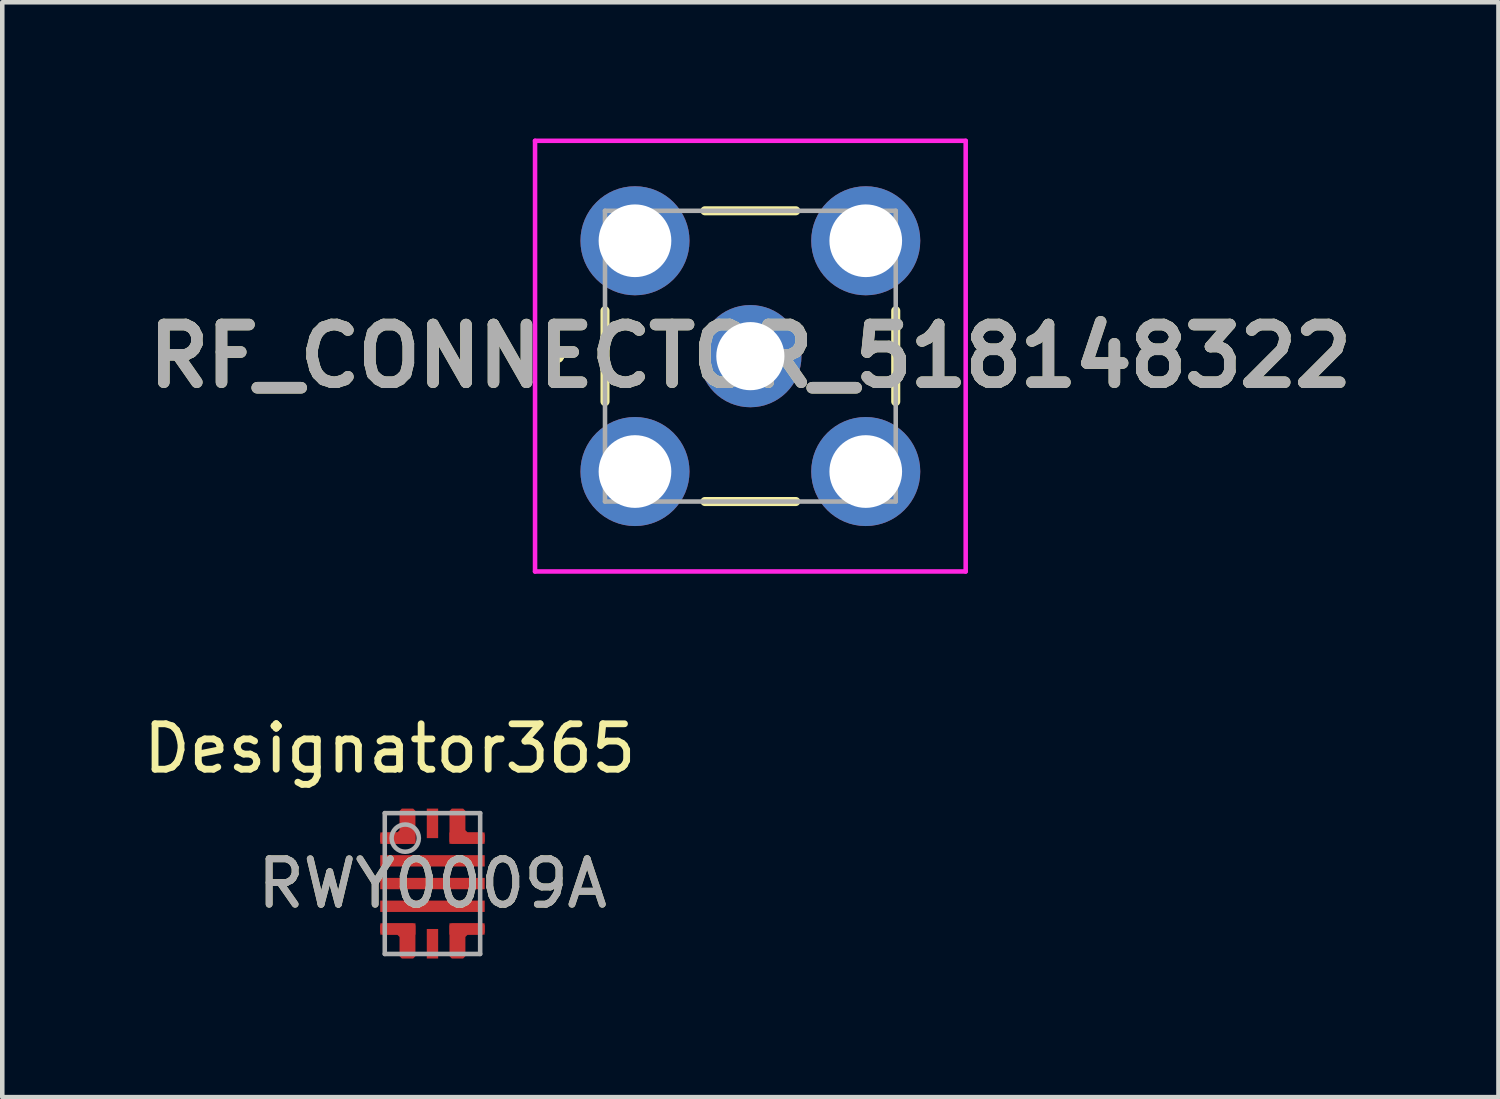
<source format=kicad_pcb>
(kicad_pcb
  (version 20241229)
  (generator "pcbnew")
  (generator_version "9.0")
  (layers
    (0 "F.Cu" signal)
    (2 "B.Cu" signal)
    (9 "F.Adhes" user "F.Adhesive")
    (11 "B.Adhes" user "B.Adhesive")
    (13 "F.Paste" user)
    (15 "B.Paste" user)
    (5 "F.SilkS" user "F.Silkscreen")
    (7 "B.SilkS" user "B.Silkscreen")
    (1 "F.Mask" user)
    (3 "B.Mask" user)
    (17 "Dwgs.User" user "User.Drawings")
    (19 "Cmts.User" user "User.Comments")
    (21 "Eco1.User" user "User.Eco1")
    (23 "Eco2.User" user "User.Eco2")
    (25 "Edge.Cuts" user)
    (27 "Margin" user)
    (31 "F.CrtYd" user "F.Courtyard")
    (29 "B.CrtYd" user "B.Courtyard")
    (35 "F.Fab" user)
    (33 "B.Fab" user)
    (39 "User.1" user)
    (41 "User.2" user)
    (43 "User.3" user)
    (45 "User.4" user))
  (footprint "RWY0009A"
    (layer "F.Cu")
    (at 6.47 16.4)
    (property "Reference" "RWY0009A" (at 0 0 0) (unlocked yes) (layer "F.SilkS") (effects (font (size 1 1) (thickness 0.15))))
    (attr smd)
    (fp_poly (pts (xy -1.15 -0.925) (xy -1.15 -1.075) (xy -1.1 -1.125) (xy -0.775 -1.125) (xy -0.725 -1.175) (xy -0.725 -1.6) (xy -0.675 -1.65) (xy -0.425 -1.65) (xy -0.375 -1.6) (xy -0.375 -0.925) (xy -0.425 -0.875) (xy -1.1 -0.875)) (stroke (width 0) (type solid)) (fill yes) (layer "F.Cu"))
    (fp_poly (pts (xy -1.1 1.125) (xy -1.15 1.075) (xy -1.15 0.925) (xy -1.1 0.875) (xy -0.425 0.875) (xy -0.375 0.925) (xy -0.375 1.6) (xy -0.425 1.65) (xy -0.675 1.65) (xy -0.725 1.6) (xy -0.725 1.175) (xy -0.775 1.125)) (stroke (width 0) (type solid)) (fill yes) (layer "F.Cu"))
    (fp_poly (pts (xy 0.375 -0.925) (xy 0.375 -1.6) (xy 0.425 -1.65) (xy 0.675 -1.65) (xy 0.725 -1.6) (xy 0.725 -1.175) (xy 0.775 -1.125) (xy 1.1 -1.125) (xy 1.15 -1.075) (xy 1.15 -0.925) (xy 1.1 -0.875) (xy 0.425 -0.875)) (stroke (width 0) (type solid)) (fill yes) (layer "F.Cu"))
    (fp_poly (pts (xy 0.375 1.6) (xy 0.425 1.65) (xy 0.675 1.65) (xy 0.725 1.6) (xy 0.725 1.175) (xy 0.775 1.125) (xy 1.1 1.125) (xy 1.15 1.075) (xy 1.15 0.925) (xy 1.1 0.875) (xy 0.425 0.875) (xy 0.375 0.925)) (stroke (width 0) (type solid)) (fill yes) (layer "F.Cu"))
    (fp_poly (pts (xy -1.186 -0.889) (xy -1.192 -0.897) (xy -1.197 -0.906) (xy -1.2 -0.915) (xy -1.201 -0.925) (xy -1.201 -1.075) (xy -1.2 -1.085) (xy -1.197 -1.094) (xy -1.192 -1.103) (xy -1.186 -1.111) (xy -1.136 -1.161) (xy -1.128 -1.167) (xy -1.119 -1.172) (xy -1.11 -1.175) (xy -1.1 -1.176) (xy -0.796 -1.176) (xy -0.776 -1.196) (xy -0.776 -1.6) (xy -0.775 -1.61) (xy -0.772 -1.619) (xy -0.767 -1.628) (xy -0.761 -1.636) (xy -0.711 -1.686) (xy -0.703 -1.692) (xy -0.694 -1.697) (xy -0.685 -1.7) (xy -0.675 -1.701) (xy -0.425 -1.701) (xy -0.415 -1.7) (xy -0.406 -1.697) (xy -0.397 -1.692) (xy -0.389 -1.686) (xy -0.339 -1.636) (xy -0.333 -1.628) (xy -0.328 -1.619) (xy -0.325 -1.61) (xy -0.324 -1.6) (xy -0.324 -0.925) (xy -0.325 -0.915) (xy -0.328 -0.906) (xy -0.333 -0.897) (xy -0.339 -0.889) (xy -0.389 -0.839) (xy -0.397 -0.833) (xy -0.406 -0.828) (xy -0.415 -0.825) (xy -0.425 -0.824) (xy -1.1 -0.824) (xy -1.11 -0.825) (xy -1.119 -0.828) (xy -1.128 -0.833) (xy -1.136 -0.839)) (stroke (width 0) (type solid)) (fill yes) (layer "F.Mask"))
    (fp_poly (pts (xy -1.1 1.176) (xy -1.11 1.175) (xy -1.119 1.172) (xy -1.128 1.167) (xy -1.136 1.161) (xy -1.186 1.111) (xy -1.192 1.103) (xy -1.197 1.094) (xy -1.2 1.085) (xy -1.201 1.075) (xy -1.201 0.925) (xy -1.2 0.915) (xy -1.197 0.906) (xy -1.192 0.897) (xy -1.186 0.889) (xy -1.136 0.839) (xy -1.128 0.833) (xy -1.119 0.828) (xy -1.11 0.825) (xy -1.1 0.824) (xy -0.425 0.824) (xy -0.415 0.825) (xy -0.406 0.828) (xy -0.397 0.833) (xy -0.389 0.839) (xy -0.339 0.889) (xy -0.333 0.897) (xy -0.328 0.906) (xy -0.325 0.915) (xy -0.324 0.925) (xy -0.324 1.6) (xy -0.325 1.61) (xy -0.328 1.619) (xy -0.333 1.628) (xy -0.339 1.636) (xy -0.389 1.686) (xy -0.397 1.692) (xy -0.406 1.697) (xy -0.415 1.7) (xy -0.425 1.701) (xy -0.675 1.701) (xy -0.685 1.7) (xy -0.694 1.697) (xy -0.703 1.692) (xy -0.711 1.686) (xy -0.761 1.636) (xy -0.767 1.628) (xy -0.772 1.619) (xy -0.775 1.61) (xy -0.776 1.6) (xy -0.776 1.196) (xy -0.796 1.176)) (stroke (width 0) (type solid)) (fill yes) (layer "F.Mask"))
    (fp_poly (pts (xy 0.324 1.6) (xy 0.324 0.925) (xy 0.325 0.915) (xy 0.328 0.906) (xy 0.333 0.897) (xy 0.339 0.889) (xy 0.389 0.839) (xy 0.397 0.833) (xy 0.406 0.828) (xy 0.415 0.825) (xy 0.425 0.824) (xy 1.1 0.824) (xy 1.11 0.825) (xy 1.119 0.828) (xy 1.128 0.833) (xy 1.136 0.839) (xy 1.186 0.889) (xy 1.192 0.897) (xy 1.197 0.906) (xy 1.2 0.915) (xy 1.201 0.925) (xy 1.201 1.075) (xy 1.2 1.085) (xy 1.197 1.094) (xy 1.192 1.103) (xy 1.186 1.111) (xy 1.136 1.161) (xy 1.128 1.167) (xy 1.119 1.172) (xy 1.11 1.175) (xy 1.1 1.176) (xy 0.796 1.176) (xy 0.776 1.196) (xy 0.776 1.6) (xy 0.775 1.61) (xy 0.772 1.619) (xy 0.767 1.628) (xy 0.761 1.636) (xy 0.711 1.686) (xy 0.703 1.692) (xy 0.694 1.697) (xy 0.685 1.7) (xy 0.675 1.701) (xy 0.425 1.701) (xy 0.415 1.7) (xy 0.406 1.697) (xy 0.397 1.692) (xy 0.389 1.686) (xy 0.339 1.636) (xy 0.333 1.628) (xy 0.328 1.619) (xy 0.325 1.61)) (stroke (width 0) (type solid)) (fill yes) (layer "F.Mask"))
    (fp_poly (pts (xy 0.339 -0.889) (xy 0.333 -0.897) (xy 0.328 -0.906) (xy 0.325 -0.915) (xy 0.324 -0.925) (xy 0.324 -1.6) (xy 0.325 -1.61) (xy 0.328 -1.619) (xy 0.333 -1.628) (xy 0.339 -1.636) (xy 0.389 -1.686) (xy 0.397 -1.692) (xy 0.406 -1.697) (xy 0.415 -1.7) (xy 0.425 -1.701) (xy 0.675 -1.701) (xy 0.685 -1.7) (xy 0.694 -1.697) (xy 0.703 -1.692) (xy 0.711 -1.686) (xy 0.761 -1.636) (xy 0.767 -1.628) (xy 0.772 -1.619) (xy 0.775 -1.61) (xy 0.776 -1.6) (xy 0.776 -1.196) (xy 0.796 -1.176) (xy 1.1 -1.176) (xy 1.11 -1.175) (xy 1.119 -1.172) (xy 1.128 -1.167) (xy 1.136 -1.161) (xy 1.186 -1.111) (xy 1.192 -1.103) (xy 1.197 -1.094) (xy 1.2 -1.085) (xy 1.201 -1.075) (xy 1.201 -0.925) (xy 1.2 -0.915) (xy 1.197 -0.906) (xy 1.192 -0.897) (xy 1.186 -0.889) (xy 1.136 -0.839) (xy 1.128 -0.833) (xy 1.119 -0.828) (xy 1.11 -0.825) (xy 1.1 -0.824) (xy 0.425 -0.824) (xy 0.415 -0.825) (xy 0.406 -0.828) (xy 0.397 -0.833) (xy 0.389 -0.839)) (stroke (width 0) (type solid)) (fill yes) (layer "F.Mask"))
    (fp_poly (pts (xy 0.375 -0.925) (xy 0.375 -1.6) (xy 0.425 -1.65) (xy 0.635 -1.65) (xy 0.685 -1.6) (xy 0.685 -1.175) (xy 0.775 -1.085) (xy 1.1 -1.085) (xy 1.15 -1.035) (xy 1.15 -0.925) (xy 1.1 -0.875) (xy 0.425 -0.875)) (stroke (width 0) (type solid)) (fill yes) (layer "F.Paste"))
    (fp_poly (pts (xy 0.375 1.6) (xy 0.425 1.65) (xy 0.635 1.65) (xy 0.685 1.6) (xy 0.685 1.175) (xy 0.775 1.085) (xy 1.1 1.085) (xy 1.15 1.035) (xy 1.15 0.925) (xy 1.1 0.875) (xy 0.425 0.875) (xy 0.375 0.925)) (stroke (width 0) (type solid)) (fill yes) (layer "F.Paste"))
    (fp_poly (pts (xy -1.15 -0.925) (xy -1.15 -1.035) (xy -1.15 -1.035) (xy -1.1 -1.085) (xy -0.775 -1.085) (xy -0.685 -1.175) (xy -0.685 -1.6) (xy -0.635 -1.65) (xy -0.425 -1.65) (xy -0.375 -1.6) (xy -0.375 -0.925) (xy -0.425 -0.875) (xy -1.1 -0.875)) (stroke (width 0) (type solid)) (fill yes) (layer "F.Paste"))
    (fp_poly (pts (xy -1.1 1.085) (xy -1.15 1.035) (xy -1.15 1.035) (xy -1.15 0.925) (xy -1.15 0.925) (xy -1.1 0.875) (xy -0.425 0.875) (xy -0.375 0.925) (xy -0.375 1.6) (xy -0.425 1.65) (xy -0.635 1.65) (xy -0.685 1.6) (xy -0.685 1.175) (xy -0.775 1.085)) (stroke (width 0) (type solid)) (fill yes) (layer "F.Paste"))
    (fp_poly (pts (xy -1.15 -0.425) (xy -1.15 -0.575) (xy -1.149 -0.585) (xy -1.146 -0.594) (xy -1.142 -0.603) (xy -1.135 -0.61) (xy -1.128 -0.617) (xy -1.119 -0.621) (xy -1.11 -0.624) (xy -1.1 -0.625) (xy -0.15 -0.625) (xy -0.14 -0.624) (xy -0.131 -0.621) (xy -0.122 -0.617) (xy -0.115 -0.61) (xy -0.108 -0.603) (xy -0.104 -0.594) (xy -0.101 -0.585) (xy -0.1 -0.575) (xy -0.1 -0.425) (xy -0.101 -0.415) (xy -0.104 -0.406) (xy -0.108 -0.397) (xy -0.115 -0.39) (xy -0.122 -0.383) (xy -0.131 -0.379) (xy -0.14 -0.376) (xy -0.15 -0.375) (xy -1.1 -0.375) (xy -1.11 -0.376) (xy -1.119 -0.379) (xy -1.128 -0.383) (xy -1.135 -0.39) (xy -1.142 -0.397) (xy -1.146 -0.406) (xy -1.149 -0.415)) (stroke (width 0) (type solid)) (fill yes) (layer "F.Paste"))
    (fp_poly (pts (xy -1.15 0.075) (xy -1.15 -0.075) (xy -1.149 -0.085) (xy -1.146 -0.094) (xy -1.142 -0.103) (xy -1.135 -0.11) (xy -1.128 -0.117) (xy -1.119 -0.121) (xy -1.11 -0.124) (xy -1.1 -0.125) (xy -0.15 -0.125) (xy -0.14 -0.124) (xy -0.131 -0.121) (xy -0.122 -0.117) (xy -0.115 -0.11) (xy -0.108 -0.103) (xy -0.104 -0.094) (xy -0.101 -0.085) (xy -0.1 -0.075) (xy -0.1 0.075) (xy -0.101 0.085) (xy -0.104 0.094) (xy -0.108 0.103) (xy -0.115 0.11) (xy -0.122 0.117) (xy -0.131 0.121) (xy -0.14 0.124) (xy -0.15 0.125) (xy -1.1 0.125) (xy -1.11 0.124) (xy -1.119 0.121) (xy -1.128 0.117) (xy -1.135 0.11) (xy -1.142 0.103) (xy -1.146 0.094) (xy -1.149 0.085)) (stroke (width 0) (type solid)) (fill yes) (layer "F.Paste"))
    (fp_poly (pts (xy -1.15 0.575) (xy -1.15 0.425) (xy -1.149 0.415) (xy -1.146 0.406) (xy -1.142 0.397) (xy -1.135 0.39) (xy -1.128 0.383) (xy -1.119 0.379) (xy -1.11 0.376) (xy -1.1 0.375) (xy -0.15 0.375) (xy -0.14 0.376) (xy -0.131 0.379) (xy -0.122 0.383) (xy -0.115 0.39) (xy -0.108 0.397) (xy -0.104 0.406) (xy -0.101 0.415) (xy -0.1 0.425) (xy -0.1 0.575) (xy -0.101 0.585) (xy -0.104 0.594) (xy -0.108 0.603) (xy -0.115 0.61) (xy -0.122 0.617) (xy -0.131 0.621) (xy -0.14 0.624) (xy -0.15 0.625) (xy -1.1 0.625) (xy -1.11 0.624) (xy -1.119 0.621) (xy -1.128 0.617) (xy -1.135 0.61) (xy -1.142 0.603) (xy -1.146 0.594) (xy -1.149 0.585)) (stroke (width 0) (type solid)) (fill yes) (layer "F.Paste"))
    (fp_poly (pts (xy 1.15 -0.575) (xy 1.15 -0.425) (xy 1.149 -0.415) (xy 1.146 -0.406) (xy 1.142 -0.397) (xy 1.135 -0.39) (xy 1.128 -0.383) (xy 1.119 -0.379) (xy 1.11 -0.376) (xy 1.1 -0.375) (xy 0.15 -0.375) (xy 0.14 -0.376) (xy 0.131 -0.379) (xy 0.122 -0.383) (xy 0.115 -0.39) (xy 0.108 -0.397) (xy 0.104 -0.406) (xy 0.101 -0.415) (xy 0.1 -0.425) (xy 0.1 -0.575) (xy 0.101 -0.585) (xy 0.104 -0.594) (xy 0.108 -0.603) (xy 0.115 -0.61) (xy 0.122 -0.617) (xy 0.131 -0.621) (xy 0.14 -0.624) (xy 0.15 -0.625) (xy 1.1 -0.625) (xy 1.11 -0.624) (xy 1.119 -0.621) (xy 1.128 -0.617) (xy 1.135 -0.61) (xy 1.142 -0.603) (xy 1.146 -0.594) (xy 1.149 -0.585)) (stroke (width 0) (type solid)) (fill yes) (layer "F.Paste"))
    (fp_poly (pts (xy 1.15 -0.075) (xy 1.15 0.075) (xy 1.149 0.085) (xy 1.146 0.094) (xy 1.142 0.103) (xy 1.135 0.11) (xy 1.128 0.117) (xy 1.119 0.121) (xy 1.11 0.124) (xy 1.1 0.125) (xy 0.15 0.125) (xy 0.14 0.124) (xy 0.131 0.121) (xy 0.122 0.117) (xy 0.115 0.11) (xy 0.108 0.103) (xy 0.104 0.094) (xy 0.101 0.085) (xy 0.1 0.075) (xy 0.1 -0.075) (xy 0.101 -0.085) (xy 0.104 -0.094) (xy 0.108 -0.103) (xy 0.115 -0.11) (xy 0.122 -0.117) (xy 0.131 -0.121) (xy 0.14 -0.124) (xy 0.15 -0.125) (xy 1.1 -0.125) (xy 1.11 -0.124) (xy 1.119 -0.121) (xy 1.128 -0.117) (xy 1.135 -0.11) (xy 1.142 -0.103) (xy 1.146 -0.094) (xy 1.149 -0.085)) (stroke (width 0) (type solid)) (fill yes) (layer "F.Paste"))
    (fp_poly (pts (xy 1.15 0.425) (xy 1.15 0.575) (xy 1.149 0.585) (xy 1.146 0.594) (xy 1.142 0.603) (xy 1.135 0.61) (xy 1.128 0.617) (xy 1.119 0.621) (xy 1.11 0.624) (xy 1.1 0.625) (xy 0.15 0.625) (xy 0.14 0.624) (xy 0.131 0.621) (xy 0.122 0.617) (xy 0.115 0.61) (xy 0.108 0.603) (xy 0.104 0.594) (xy 0.101 0.585) (xy 0.1 0.575) (xy 0.1 0.425) (xy 0.101 0.415) (xy 0.104 0.406) (xy 0.108 0.397) (xy 0.115 0.39) (xy 0.122 0.383) (xy 0.131 0.379) (xy 0.14 0.376) (xy 0.15 0.375) (xy 1.1 0.375) (xy 1.11 0.376) (xy 1.119 0.379) (xy 1.128 0.383) (xy 1.135 0.39) (xy 1.142 0.397) (xy 1.146 0.406) (xy 1.149 0.415)) (stroke (width 0) (type solid)) (fill yes) (layer "F.Paste"))
    (fp_line (start -1.05 -1.55) (end 1.05 -1.55) (stroke (width 0.1) (type solid)) (layer "F.Fab"))
    (fp_line (start -1.05 1.55) (end -1.05 -1.55) (stroke (width 0.1) (type solid)) (layer "F.Fab"))
    (fp_line (start -1.05 1.55) (end 1.05 1.55) (stroke (width 0.1) (type solid)) (layer "F.Fab"))
    (fp_line (start 1.05 1.55) (end 1.05 -1.55) (stroke (width 0.1) (type solid)) (layer "F.Fab"))
    (fp_circle (center -0.6 -1) (end -0.3 -1) (stroke (width 0.1) (type solid)) (fill no) (layer "F.Fab"))
    (fp_text user "Designator365" (at -0.94 -2.972 0) (unlocked yes) (layer "F.SilkS") (effects (font (size 1 1) (thickness 0.15))))
    (fp_text user "${REFERENCE}" (at 0 0 0) (unlocked yes) (layer "F.Fab") (effects (font (size 1 1) (thickness 0.15))))
    (pad "1" smd rect (at -0.761 -1) (size 0.775 0.25) (layers "F.Cu" "F.Mask"))
    (pad "2" smd rect (at 0 -0.5) (size 2.3 0.25) (layers "F.Cu" "F.Mask"))
    (pad "3" smd rect (at 0 0) (size 2.3 0.25) (layers "F.Cu" "F.Mask"))
    (pad "4" smd rect (at 0 0.5) (size 2.3 0.25) (layers "F.Cu" "F.Mask"))
    (pad "5" smd rect (at -0.761 1) (size 0.775 0.25) (layers "F.Cu" "F.Mask"))
    (pad "6" smd rect (at 0 1.325 90) (size 0.65 0.25) (layers "F.Cu" "F.Mask" "F.Paste"))
    (pad "7" smd rect (at 0.761 1) (size 0.775 0.25) (layers "F.Cu" "F.Mask"))
    (pad "8" smd rect (at 0.761 -1) (size 0.775 0.25) (layers "F.Cu" "F.Mask"))
    (pad "9" smd rect (at 0 -1.325 90) (size 0.65 0.25) (layers "F.Cu" "F.Mask" "F.Paste")))
  (footprint "RF_CONNECTOR_518148322"
    (layer "F.Cu")
    (at 13.468 4.79)
    (property "Reference" "RF_CONNECTOR_518148322" (at 0 0 0) (layer "F.SilkS") (effects (font (size 1.27 1.27) (thickness 0.254))))
    (attr through_hole)
    (fp_line (start -4.3 0) (end -4.3 0) (stroke (width 0.2) (type solid)) (layer "F.SilkS"))
    (fp_line (start -4.3 0) (end -4.3 0) (stroke (width 0.2) (type solid)) (layer "F.SilkS"))
    (fp_line (start -4.2 0) (end -4.2 0) (stroke (width 0.2) (type solid)) (layer "F.SilkS"))
    (fp_line (start -3.2 -1) (end -3.2 1) (stroke (width 0.2) (type solid)) (layer "F.SilkS"))
    (fp_line (start -1 -3.2) (end 1 -3.2) (stroke (width 0.2) (type solid)) (layer "F.SilkS"))
    (fp_line (start -1 3.2) (end 1 3.2) (stroke (width 0.2) (type solid)) (layer "F.SilkS"))
    (fp_line (start 3.2 -1) (end 3.2 1) (stroke (width 0.2) (type solid)) (layer "F.SilkS"))
    (fp_arc (start -4.3 0) (mid -4.25 -0.05) (end -4.2 0) (stroke (width 0.2) (type solid)) (layer "F.SilkS"))
    (fp_arc (start -4.2 0) (mid -4.25 0.05) (end -4.3 0) (stroke (width 0.2) (type solid)) (layer "F.SilkS"))
    (fp_arc (start -4.2 0) (mid -4.25 0.05) (end -4.3 0) (stroke (width 0.2) (type solid)) (layer "F.SilkS"))
    (fp_line (start -4.74 -4.74) (end 4.74 -4.74) (stroke (width 0.1) (type solid)) (layer "F.CrtYd"))
    (fp_line (start -4.74 4.74) (end -4.74 -4.74) (stroke (width 0.1) (type solid)) (layer "F.CrtYd"))
    (fp_line (start 4.74 -4.74) (end 4.74 4.74) (stroke (width 0.1) (type solid)) (layer "F.CrtYd"))
    (fp_line (start 4.74 4.74) (end -4.74 4.74) (stroke (width 0.1) (type solid)) (layer "F.CrtYd"))
    (fp_line (start -3.2 -3.2) (end 3.2 -3.2) (stroke (width 0.1) (type solid)) (layer "F.Fab"))
    (fp_line (start -3.2 3.2) (end -3.2 -3.2) (stroke (width 0.1) (type solid)) (layer "F.Fab"))
    (fp_line (start 3.2 -3.2) (end 3.2 3.2) (stroke (width 0.1) (type solid)) (layer "F.Fab"))
    (fp_line (start 3.2 3.2) (end -3.2 3.2) (stroke (width 0.1) (type solid)) (layer "F.Fab"))
    (fp_text user "${REFERENCE}" (at 0 0 0) (layer "F.Fab") (effects (font (size 1.27 1.27) (thickness 0.254))))
    (pad "1" thru_hole circle (at 0 0) (size 2.25 2.25) (drill 1.5) (layers "*.Cu" "*.Mask"))
    (pad "2" thru_hole circle (at -2.54 2.54) (size 2.4 2.4) (drill 1.6) (layers "*.Cu" "*.Mask"))
    (pad "3" thru_hole circle (at 2.54 2.54) (size 2.4 2.4) (drill 1.6) (layers "*.Cu" "*.Mask"))
    (pad "4" thru_hole circle (at 2.54 -2.54) (size 2.4 2.4) (drill 1.6) (layers "*.Cu" "*.Mask"))
    (pad "5" thru_hole circle (at -2.54 -2.54) (size 2.4 2.4) (drill 1.6) (layers "*.Cu" "*.Mask")))
  (gr_rect
    (start -3 -3)
    (end 29.936 21.101)
    (stroke (width 0.1) (type default))
    (fill no)
    (layer "Edge.Cuts")))
</source>
